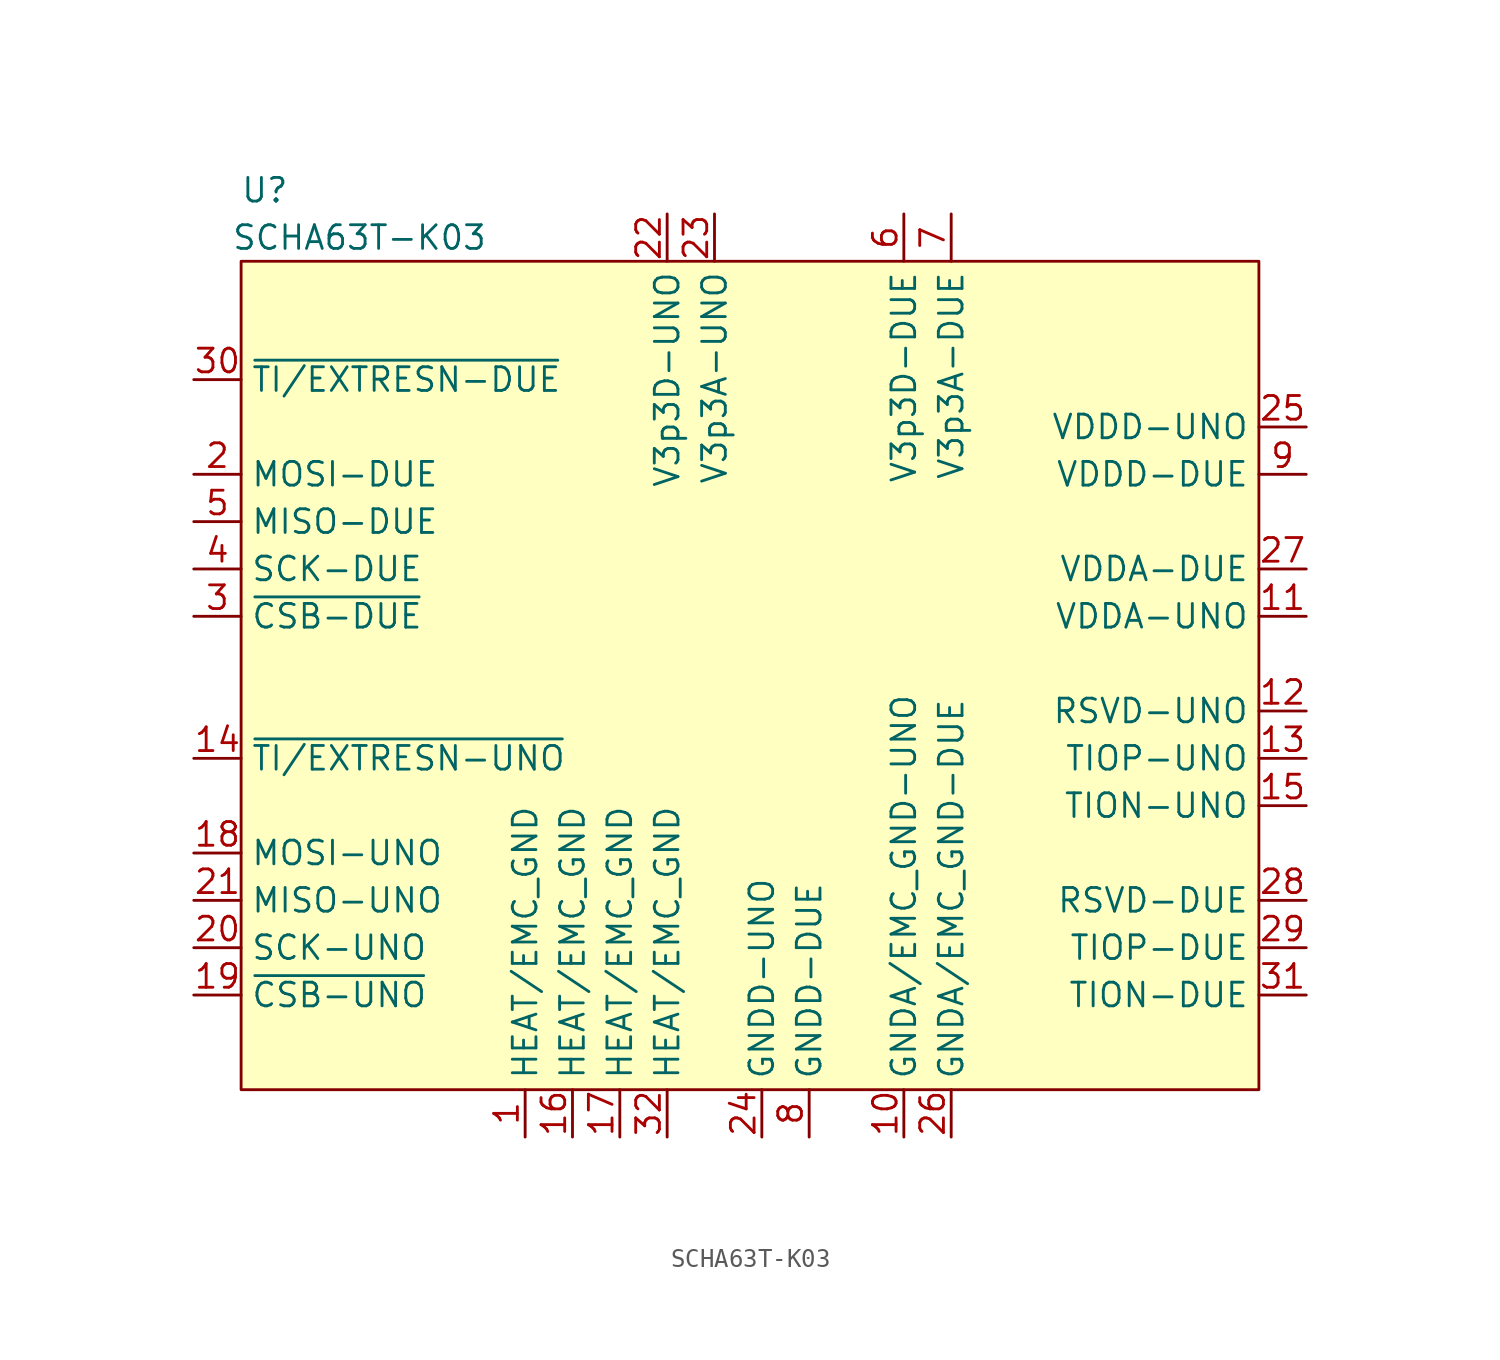
<source format=kicad_sym>
(kicad_symbol_lib
  (version 20220914)
  (generator kicad_symbol_editor)
  (symbol "SCHA63T-K03"
    (property "Reference" "U"
      (at -24.13 3.81 0)
      (effects (font (size 1.27 1.27))))
    (property "Value" "SCHA63T-K03"
      (at -19.05 1.27 0)
      (effects (font (size 1.27 1.27))))
    (symbol "SCHA63T-K03_0_0"
      (pin passive line (at -10.16 -46.99 90) (length 2.54) (name "HEAT/EMC_GND" (effects (font (size 1.27 1.27)))) (number "1" (effects (font (size 1.27 1.27)))))
      (pin passive line (at 10.16 -46.99 90) (length 2.54) (name "GNDA/EMC_GND-UNO" (effects (font (size 1.27 1.27)))) (number "10" (effects (font (size 1.27 1.27)))))
      (pin power_in line (at 31.75 -19.05 180) (length 2.54) (name "VDDA-UNO" (effects (font (size 1.27 1.27)))) (number "11" (effects (font (size 1.27 1.27)))))
      (pin passive line (at 31.75 -24.13 180) (length 2.54) (name "RSVD-UNO" (effects (font (size 1.27 1.27)))) (number "12" (effects (font (size 1.27 1.27)))))
      (pin passive line (at 31.75 -26.67 180) (length 2.54) (name "TIOP-UNO" (effects (font (size 1.27 1.27)))) (number "13" (effects (font (size 1.27 1.27)))))
      (pin input line (at -27.94 -26.67 0) (length 2.54) (name "~{TI/EXTRESN-UNO}" (effects (font (size 1.27 1.27)))) (number "14" (effects (font (size 1.27 1.27)))))
      (pin passive line (at 31.75 -29.21 180) (length 2.54) (name "TION-UNO" (effects (font (size 1.27 1.27)))) (number "15" (effects (font (size 1.27 1.27)))))
      (pin passive line (at -7.62 -46.99 90) (length 2.54) (name "HEAT/EMC_GND" (effects (font (size 1.27 1.27)))) (number "16" (effects (font (size 1.27 1.27)))))
      (pin passive line (at -5.08 -46.99 90) (length 2.54) (name "HEAT/EMC_GND" (effects (font (size 1.27 1.27)))) (number "17" (effects (font (size 1.27 1.27)))))
      (pin input line (at -27.94 -31.75 0) (length 2.54) (name "MOSI-UNO" (effects (font (size 1.27 1.27)))) (number "18" (effects (font (size 1.27 1.27)))))
      (pin input line (at -27.94 -39.37 0) (length 2.54) (name "~{CSB-UNO}" (effects (font (size 1.27 1.27)))) (number "19" (effects (font (size 1.27 1.27)))))
      (pin input line (at -27.94 -11.43 0) (length 2.54) (name "MOSI-DUE" (effects (font (size 1.27 1.27)))) (number "2" (effects (font (size 1.27 1.27)))))
      (pin input line (at -27.94 -36.83 0) (length 2.54) (name "SCK-UNO" (effects (font (size 1.27 1.27)))) (number "20" (effects (font (size 1.27 1.27)))))
      (pin output line (at -27.94 -34.29 0) (length 2.54) (name "MISO-UNO" (effects (font (size 1.27 1.27)))) (number "21" (effects (font (size 1.27 1.27)))))
      (pin power_in line (at -2.54 2.54 270) (length 2.54) (name "V3p3D-UNO" (effects (font (size 1.27 1.27)))) (number "22" (effects (font (size 1.27 1.27)))))
      (pin power_in line (at 0 2.54 270) (length 2.54) (name "V3p3A-UNO" (effects (font (size 1.27 1.27)))) (number "23" (effects (font (size 1.27 1.27)))))
      (pin passive line (at 2.54 -46.99 90) (length 2.54) (name "GNDD-UNO" (effects (font (size 1.27 1.27)))) (number "24" (effects (font (size 1.27 1.27)))))
      (pin power_in line (at 31.75 -8.89 180) (length 2.54) (name "VDDD-UNO" (effects (font (size 1.27 1.27)))) (number "25" (effects (font (size 1.27 1.27)))))
      (pin passive line (at 12.7 -46.99 90) (length 2.54) (name "GNDA/EMC_GND-DUE" (effects (font (size 1.27 1.27)))) (number "26" (effects (font (size 1.27 1.27)))))
      (pin power_in line (at 31.75 -16.51 180) (length 2.54) (name "VDDA-DUE" (effects (font (size 1.27 1.27)))) (number "27" (effects (font (size 1.27 1.27)))))
      (pin passive line (at 31.75 -34.29 180) (length 2.54) (name "RSVD-DUE" (effects (font (size 1.27 1.27)))) (number "28" (effects (font (size 1.27 1.27)))))
      (pin passive line (at 31.75 -36.83 180) (length 2.54) (name "TIOP-DUE" (effects (font (size 1.27 1.27)))) (number "29" (effects (font (size 1.27 1.27)))))
      (pin input line (at -27.94 -19.05 0) (length 2.54) (name "~{CSB-DUE}" (effects (font (size 1.27 1.27)))) (number "3" (effects (font (size 1.27 1.27)))))
      (pin input line (at -27.94 -6.35 0) (length 2.54) (name "~{TI/EXTRESN-DUE}" (effects (font (size 1.27 1.27)))) (number "30" (effects (font (size 1.27 1.27)))))
      (pin passive line (at 31.75 -39.37 180) (length 2.54) (name "TION-DUE" (effects (font (size 1.27 1.27)))) (number "31" (effects (font (size 1.27 1.27)))))
      (pin passive line (at -2.54 -46.99 90) (length 2.54) (name "HEAT/EMC_GND" (effects (font (size 1.27 1.27)))) (number "32" (effects (font (size 1.27 1.27)))))
      (pin input line (at -27.94 -16.51 0) (length 2.54) (name "SCK-DUE" (effects (font (size 1.27 1.27)))) (number "4" (effects (font (size 1.27 1.27)))))
      (pin output line (at -27.94 -13.97 0) (length 2.54) (name "MISO-DUE" (effects (font (size 1.27 1.27)))) (number "5" (effects (font (size 1.27 1.27)))))
      (pin power_in line (at 10.16 2.54 270) (length 2.54) (name "V3p3D-DUE" (effects (font (size 1.27 1.27)))) (number "6" (effects (font (size 1.27 1.27)))))
      (pin power_in line (at 12.7 2.54 270) (length 2.54) (name "V3p3A-DUE" (effects (font (size 1.27 1.27)))) (number "7" (effects (font (size 1.27 1.27)))))
      (pin passive line (at 5.08 -46.99 90) (length 2.54) (name "GNDD-DUE" (effects (font (size 1.27 1.27)))) (number "8" (effects (font (size 1.27 1.27)))))
      (pin power_in line (at 31.75 -11.43 180) (length 2.54) (name "VDDD-DUE" (effects (font (size 1.27 1.27)))) (number "9" (effects (font (size 1.27 1.27))))))
    (symbol "SCHA63T-K03_1_1"
      (rectangle (start -25.4 0) (end 29.21 -44.45) (stroke (width 0) (type default)) (fill (type background))))))
</source>
